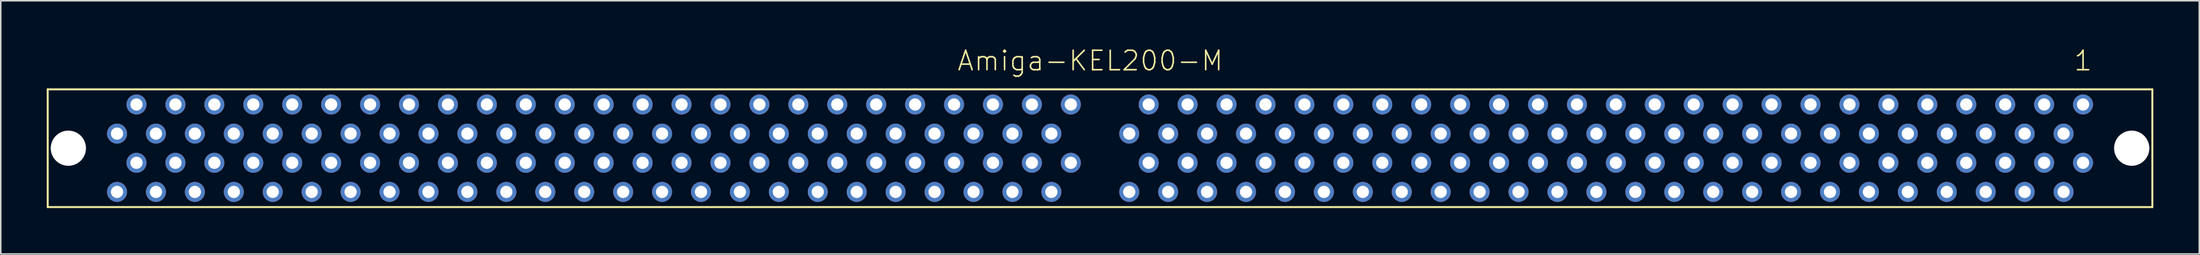
<source format=kicad_pcb>
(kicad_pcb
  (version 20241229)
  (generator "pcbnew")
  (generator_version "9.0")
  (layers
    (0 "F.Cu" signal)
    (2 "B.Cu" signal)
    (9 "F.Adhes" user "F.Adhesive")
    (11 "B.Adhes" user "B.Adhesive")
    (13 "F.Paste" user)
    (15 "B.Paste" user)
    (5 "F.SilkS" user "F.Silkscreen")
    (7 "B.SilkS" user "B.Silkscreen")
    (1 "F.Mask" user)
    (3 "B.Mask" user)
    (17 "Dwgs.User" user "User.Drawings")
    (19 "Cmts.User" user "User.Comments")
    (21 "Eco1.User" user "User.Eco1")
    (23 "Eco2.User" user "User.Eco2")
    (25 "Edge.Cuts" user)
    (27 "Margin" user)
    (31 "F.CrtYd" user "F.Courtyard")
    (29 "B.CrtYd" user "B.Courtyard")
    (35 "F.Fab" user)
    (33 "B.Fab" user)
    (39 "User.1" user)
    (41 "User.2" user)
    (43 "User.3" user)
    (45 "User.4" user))
  (footprint "Amiga-KEL200-M"
    (layer "F.Cu")
    (at 68.72 6.636)
    (property "Reference" "Amiga-KEL200-M" (at -0.635 -5.715 0) (layer "F.SilkS") (effects (font (size 1.27 1.27) (thickness 0.102))))
    (attr exclude_from_pos_files exclude_from_bom)
    (fp_line (start -68.656 -3.848) (end 68.656 -3.848) (stroke (width 0.127) (type solid)) (layer "F.SilkS"))
    (fp_line (start -68.656 3.848) (end -68.656 -3.848) (stroke (width 0.127) (type solid)) (layer "F.SilkS"))
    (fp_line (start 68.656 -3.848) (end 68.656 3.848) (stroke (width 0.127) (type solid)) (layer "F.SilkS"))
    (fp_line (start 68.656 3.848) (end -68.656 3.848) (stroke (width 0.127) (type solid)) (layer "F.SilkS"))
    (fp_text user "1" (at 64.135 -5.715 0) (layer "F.SilkS") (effects (font (size 1.27 1.27) (thickness 0.102))))
    (pad "" np_thru_hole circle (at -67.31 0) (size 2.299 2.299) (drill 2.299) (layers "*.Cu" "*.Mask"))
    (pad "" np_thru_hole circle (at 67.31 0) (size 2.299 2.299) (drill 2.299) (layers "*.Cu" "*.Mask"))
    (pad "P$1" thru_hole circle (at 64.135 -2.857) (size 1.306 1.306) (drill 0.798) (layers "*.Cu" "*.Paste" "*.Mask"))
    (pad "P$2" thru_hole circle (at 64.135 0.953) (size 1.306 1.306) (drill 0.798) (layers "*.Cu" "*.Paste" "*.Mask"))
    (pad "P$3" thru_hole circle (at 62.865 -0.953) (size 1.306 1.306) (drill 0.798) (layers "*.Cu" "*.Paste" "*.Mask"))
    (pad "P$4" thru_hole circle (at 62.865 2.857) (size 1.306 1.306) (drill 0.798) (layers "*.Cu" "*.Paste" "*.Mask"))
    (pad "P$5" thru_hole circle (at 61.595 -2.857) (size 1.306 1.306) (drill 0.798) (layers "*.Cu" "*.Paste" "*.Mask"))
    (pad "P$6" thru_hole circle (at 61.595 0.953) (size 1.306 1.306) (drill 0.798) (layers "*.Cu" "*.Paste" "*.Mask"))
    (pad "P$7" thru_hole circle (at 60.325 -0.953) (size 1.306 1.306) (drill 0.798) (layers "*.Cu" "*.Paste" "*.Mask"))
    (pad "P$8" thru_hole circle (at 60.325 2.857) (size 1.306 1.306) (drill 0.798) (layers "*.Cu" "*.Paste" "*.Mask"))
    (pad "P$9" thru_hole circle (at 59.055 -2.857) (size 1.306 1.306) (drill 0.798) (layers "*.Cu" "*.Paste" "*.Mask"))
    (pad "P$10" thru_hole circle (at 59.055 0.953) (size 1.306 1.306) (drill 0.798) (layers "*.Cu" "*.Paste" "*.Mask"))
    (pad "P$11" thru_hole circle (at 57.785 -0.953) (size 1.306 1.306) (drill 0.798) (layers "*.Cu" "*.Paste" "*.Mask"))
    (pad "P$12" thru_hole circle (at 57.785 2.857) (size 1.306 1.306) (drill 0.798) (layers "*.Cu" "*.Paste" "*.Mask"))
    (pad "P$13" thru_hole circle (at 56.515 -2.857) (size 1.306 1.306) (drill 0.798) (layers "*.Cu" "*.Paste" "*.Mask"))
    (pad "P$14" thru_hole circle (at 56.515 0.953) (size 1.306 1.306) (drill 0.798) (layers "*.Cu" "*.Paste" "*.Mask"))
    (pad "P$15" thru_hole circle (at 55.245 -0.953) (size 1.306 1.306) (drill 0.798) (layers "*.Cu" "*.Paste" "*.Mask"))
    (pad "P$16" thru_hole circle (at 55.245 2.857) (size 1.306 1.306) (drill 0.798) (layers "*.Cu" "*.Paste" "*.Mask"))
    (pad "P$17" thru_hole circle (at 53.975 -2.857) (size 1.306 1.306) (drill 0.798) (layers "*.Cu" "*.Paste" "*.Mask"))
    (pad "P$18" thru_hole circle (at 53.975 0.953) (size 1.306 1.306) (drill 0.798) (layers "*.Cu" "*.Paste" "*.Mask"))
    (pad "P$19" thru_hole circle (at 52.705 -0.953) (size 1.306 1.306) (drill 0.798) (layers "*.Cu" "*.Paste" "*.Mask"))
    (pad "P$20" thru_hole circle (at 52.705 2.857) (size 1.306 1.306) (drill 0.798) (layers "*.Cu" "*.Paste" "*.Mask"))
    (pad "P$21" thru_hole circle (at 51.435 -2.857) (size 1.306 1.306) (drill 0.798) (layers "*.Cu" "*.Paste" "*.Mask"))
    (pad "P$22" thru_hole circle (at 51.435 0.953) (size 1.306 1.306) (drill 0.798) (layers "*.Cu" "*.Paste" "*.Mask"))
    (pad "P$23" thru_hole circle (at 50.165 -0.953) (size 1.306 1.306) (drill 0.798) (layers "*.Cu" "*.Paste" "*.Mask"))
    (pad "P$24" thru_hole circle (at 50.165 2.857) (size 1.306 1.306) (drill 0.798) (layers "*.Cu" "*.Paste" "*.Mask"))
    (pad "P$25" thru_hole circle (at 48.895 -2.857) (size 1.306 1.306) (drill 0.798) (layers "*.Cu" "*.Paste" "*.Mask"))
    (pad "P$26" thru_hole circle (at 48.895 0.953) (size 1.306 1.306) (drill 0.798) (layers "*.Cu" "*.Paste" "*.Mask"))
    (pad "P$27" thru_hole circle (at 47.625 -0.953) (size 1.306 1.306) (drill 0.798) (layers "*.Cu" "*.Paste" "*.Mask"))
    (pad "P$28" thru_hole circle (at 47.625 2.857) (size 1.306 1.306) (drill 0.798) (layers "*.Cu" "*.Paste" "*.Mask"))
    (pad "P$29" thru_hole circle (at 46.355 -2.857) (size 1.306 1.306) (drill 0.798) (layers "*.Cu" "*.Paste" "*.Mask"))
    (pad "P$30" thru_hole circle (at 46.355 0.953) (size 1.306 1.306) (drill 0.798) (layers "*.Cu" "*.Paste" "*.Mask"))
    (pad "P$31" thru_hole circle (at 45.085 -0.953) (size 1.306 1.306) (drill 0.798) (layers "*.Cu" "*.Paste" "*.Mask"))
    (pad "P$32" thru_hole circle (at 45.085 2.857) (size 1.306 1.306) (drill 0.798) (layers "*.Cu" "*.Paste" "*.Mask"))
    (pad "P$33" thru_hole circle (at 43.815 -2.857) (size 1.306 1.306) (drill 0.798) (layers "*.Cu" "*.Paste" "*.Mask"))
    (pad "P$34" thru_hole circle (at 43.815 0.953) (size 1.306 1.306) (drill 0.798) (layers "*.Cu" "*.Paste" "*.Mask"))
    (pad "P$35" thru_hole circle (at 42.545 -0.953) (size 1.306 1.306) (drill 0.798) (layers "*.Cu" "*.Paste" "*.Mask"))
    (pad "P$36" thru_hole circle (at 42.545 2.857) (size 1.306 1.306) (drill 0.798) (layers "*.Cu" "*.Paste" "*.Mask"))
    (pad "P$37" thru_hole circle (at 41.275 -2.857) (size 1.306 1.306) (drill 0.798) (layers "*.Cu" "*.Paste" "*.Mask"))
    (pad "P$38" thru_hole circle (at 41.275 0.953) (size 1.306 1.306) (drill 0.798) (layers "*.Cu" "*.Paste" "*.Mask"))
    (pad "P$39" thru_hole circle (at 40.005 -0.953) (size 1.306 1.306) (drill 0.798) (layers "*.Cu" "*.Paste" "*.Mask"))
    (pad "P$40" thru_hole circle (at 40.005 2.857) (size 1.306 1.306) (drill 0.798) (layers "*.Cu" "*.Paste" "*.Mask"))
    (pad "P$41" thru_hole circle (at 38.735 -2.857) (size 1.306 1.306) (drill 0.798) (layers "*.Cu" "*.Paste" "*.Mask"))
    (pad "P$42" thru_hole circle (at 38.735 0.953) (size 1.306 1.306) (drill 0.798) (layers "*.Cu" "*.Paste" "*.Mask"))
    (pad "P$43" thru_hole circle (at 37.465 -0.953) (size 1.306 1.306) (drill 0.798) (layers "*.Cu" "*.Paste" "*.Mask"))
    (pad "P$44" thru_hole circle (at 37.465 2.857) (size 1.306 1.306) (drill 0.798) (layers "*.Cu" "*.Paste" "*.Mask"))
    (pad "P$45" thru_hole circle (at 36.195 -2.857) (size 1.306 1.306) (drill 0.798) (layers "*.Cu" "*.Paste" "*.Mask"))
    (pad "P$46" thru_hole circle (at 36.195 0.953) (size 1.306 1.306) (drill 0.798) (layers "*.Cu" "*.Paste" "*.Mask"))
    (pad "P$47" thru_hole circle (at 34.925 -0.953) (size 1.306 1.306) (drill 0.798) (layers "*.Cu" "*.Paste" "*.Mask"))
    (pad "P$48" thru_hole circle (at 34.925 2.857) (size 1.306 1.306) (drill 0.798) (layers "*.Cu" "*.Paste" "*.Mask"))
    (pad "P$49" thru_hole circle (at 33.655 -2.857) (size 1.306 1.306) (drill 0.798) (layers "*.Cu" "*.Paste" "*.Mask"))
    (pad "P$50" thru_hole circle (at 33.655 0.953) (size 1.306 1.306) (drill 0.798) (layers "*.Cu" "*.Paste" "*.Mask"))
    (pad "P$51" thru_hole circle (at 32.385 -0.953) (size 1.306 1.306) (drill 0.798) (layers "*.Cu" "*.Paste" "*.Mask"))
    (pad "P$52" thru_hole circle (at 32.385 2.857) (size 1.306 1.306) (drill 0.798) (layers "*.Cu" "*.Paste" "*.Mask"))
    (pad "P$53" thru_hole circle (at 31.115 -2.857) (size 1.306 1.306) (drill 0.798) (layers "*.Cu" "*.Paste" "*.Mask"))
    (pad "P$54" thru_hole circle (at 31.115 0.953) (size 1.306 1.306) (drill 0.798) (layers "*.Cu" "*.Paste" "*.Mask"))
    (pad "P$55" thru_hole circle (at 29.845 -0.953) (size 1.306 1.306) (drill 0.798) (layers "*.Cu" "*.Paste" "*.Mask"))
    (pad "P$56" thru_hole circle (at 29.845 2.857) (size 1.306 1.306) (drill 0.798) (layers "*.Cu" "*.Paste" "*.Mask"))
    (pad "P$57" thru_hole circle (at 28.575 -2.857) (size 1.306 1.306) (drill 0.798) (layers "*.Cu" "*.Paste" "*.Mask"))
    (pad "P$58" thru_hole circle (at 28.575 0.953) (size 1.306 1.306) (drill 0.798) (layers "*.Cu" "*.Paste" "*.Mask"))
    (pad "P$59" thru_hole circle (at 27.305 -0.953) (size 1.306 1.306) (drill 0.798) (layers "*.Cu" "*.Paste" "*.Mask"))
    (pad "P$60" thru_hole circle (at 27.305 2.857) (size 1.306 1.306) (drill 0.798) (layers "*.Cu" "*.Paste" "*.Mask"))
    (pad "P$61" thru_hole circle (at 26.035 -2.857) (size 1.306 1.306) (drill 0.798) (layers "*.Cu" "*.Paste" "*.Mask"))
    (pad "P$62" thru_hole circle (at 26.035 0.953) (size 1.306 1.306) (drill 0.798) (layers "*.Cu" "*.Paste" "*.Mask"))
    (pad "P$63" thru_hole circle (at 24.765 -0.953) (size 1.306 1.306) (drill 0.798) (layers "*.Cu" "*.Paste" "*.Mask"))
    (pad "P$64" thru_hole circle (at 24.765 2.857) (size 1.306 1.306) (drill 0.798) (layers "*.Cu" "*.Paste" "*.Mask"))
    (pad "P$65" thru_hole circle (at 23.495 -2.857) (size 1.306 1.306) (drill 0.798) (layers "*.Cu" "*.Paste" "*.Mask"))
    (pad "P$66" thru_hole circle (at 23.495 0.953) (size 1.306 1.306) (drill 0.798) (layers "*.Cu" "*.Paste" "*.Mask"))
    (pad "P$67" thru_hole circle (at 22.225 -0.953) (size 1.306 1.306) (drill 0.798) (layers "*.Cu" "*.Paste" "*.Mask"))
    (pad "P$68" thru_hole circle (at 22.225 2.857) (size 1.306 1.306) (drill 0.798) (layers "*.Cu" "*.Paste" "*.Mask"))
    (pad "P$69" thru_hole circle (at 20.955 -2.857) (size 1.306 1.306) (drill 0.798) (layers "*.Cu" "*.Paste" "*.Mask"))
    (pad "P$70" thru_hole circle (at 20.955 0.953) (size 1.306 1.306) (drill 0.798) (layers "*.Cu" "*.Paste" "*.Mask"))
    (pad "P$71" thru_hole circle (at 19.685 -0.953) (size 1.306 1.306) (drill 0.798) (layers "*.Cu" "*.Paste" "*.Mask"))
    (pad "P$72" thru_hole circle (at 19.685 2.857) (size 1.306 1.306) (drill 0.798) (layers "*.Cu" "*.Paste" "*.Mask"))
    (pad "P$73" thru_hole circle (at 18.415 -2.857) (size 1.306 1.306) (drill 0.798) (layers "*.Cu" "*.Paste" "*.Mask"))
    (pad "P$74" thru_hole circle (at 18.415 0.953) (size 1.306 1.306) (drill 0.798) (layers "*.Cu" "*.Paste" "*.Mask"))
    (pad "P$75" thru_hole circle (at 17.145 -0.953) (size 1.306 1.306) (drill 0.798) (layers "*.Cu" "*.Paste" "*.Mask"))
    (pad "P$76" thru_hole circle (at 17.145 2.857) (size 1.306 1.306) (drill 0.798) (layers "*.Cu" "*.Paste" "*.Mask"))
    (pad "P$77" thru_hole circle (at 15.875 -2.857) (size 1.306 1.306) (drill 0.798) (layers "*.Cu" "*.Paste" "*.Mask"))
    (pad "P$78" thru_hole circle (at 15.875 0.953) (size 1.306 1.306) (drill 0.798) (layers "*.Cu" "*.Paste" "*.Mask"))
    (pad "P$79" thru_hole circle (at 14.605 -0.953) (size 1.306 1.306) (drill 0.798) (layers "*.Cu" "*.Paste" "*.Mask"))
    (pad "P$80" thru_hole circle (at 14.605 2.857) (size 1.306 1.306) (drill 0.798) (layers "*.Cu" "*.Paste" "*.Mask"))
    (pad "P$81" thru_hole circle (at 13.335 -2.857) (size 1.306 1.306) (drill 0.798) (layers "*.Cu" "*.Paste" "*.Mask"))
    (pad "P$82" thru_hole circle (at 13.335 0.953) (size 1.306 1.306) (drill 0.798) (layers "*.Cu" "*.Paste" "*.Mask"))
    (pad "P$83" thru_hole circle (at 12.065 -0.953) (size 1.306 1.306) (drill 0.798) (layers "*.Cu" "*.Paste" "*.Mask"))
    (pad "P$84" thru_hole circle (at 12.065 2.857) (size 1.306 1.306) (drill 0.798) (layers "*.Cu" "*.Paste" "*.Mask"))
    (pad "P$85" thru_hole circle (at 10.795 -2.857) (size 1.306 1.306) (drill 0.798) (layers "*.Cu" "*.Paste" "*.Mask"))
    (pad "P$86" thru_hole circle (at 10.795 0.953) (size 1.306 1.306) (drill 0.798) (layers "*.Cu" "*.Paste" "*.Mask"))
    (pad "P$87" thru_hole circle (at 9.525 -0.953) (size 1.306 1.306) (drill 0.798) (layers "*.Cu" "*.Paste" "*.Mask"))
    (pad "P$88" thru_hole circle (at 9.525 2.857) (size 1.306 1.306) (drill 0.798) (layers "*.Cu" "*.Paste" "*.Mask"))
    (pad "P$89" thru_hole circle (at 8.255 -2.857) (size 1.306 1.306) (drill 0.798) (layers "*.Cu" "*.Paste" "*.Mask"))
    (pad "P$90" thru_hole circle (at 8.255 0.953) (size 1.306 1.306) (drill 0.798) (layers "*.Cu" "*.Paste" "*.Mask"))
    (pad "P$91" thru_hole circle (at 6.985 -0.953) (size 1.306 1.306) (drill 0.798) (layers "*.Cu" "*.Paste" "*.Mask"))
    (pad "P$92" thru_hole circle (at 6.985 2.857) (size 1.306 1.306) (drill 0.798) (layers "*.Cu" "*.Paste" "*.Mask"))
    (pad "P$93" thru_hole circle (at 5.715 -2.857) (size 1.306 1.306) (drill 0.798) (layers "*.Cu" "*.Paste" "*.Mask"))
    (pad "P$94" thru_hole circle (at 5.715 0.953) (size 1.306 1.306) (drill 0.798) (layers "*.Cu" "*.Paste" "*.Mask"))
    (pad "P$95" thru_hole circle (at 4.445 -0.953) (size 1.306 1.306) (drill 0.798) (layers "*.Cu" "*.Paste" "*.Mask"))
    (pad "P$96" thru_hole circle (at 4.445 2.857) (size 1.306 1.306) (drill 0.798) (layers "*.Cu" "*.Paste" "*.Mask"))
    (pad "P$97" thru_hole circle (at 3.175 -2.857) (size 1.306 1.306) (drill 0.798) (layers "*.Cu" "*.Paste" "*.Mask"))
    (pad "P$98" thru_hole circle (at 3.175 0.953) (size 1.306 1.306) (drill 0.798) (layers "*.Cu" "*.Paste" "*.Mask"))
    (pad "P$99" thru_hole circle (at 1.905 -0.953) (size 1.306 1.306) (drill 0.798) (layers "*.Cu" "*.Paste" "*.Mask"))
    (pad "P$100" thru_hole circle (at 1.905 2.857) (size 1.306 1.306) (drill 0.798) (layers "*.Cu" "*.Paste" "*.Mask"))
    (pad "P$101" thru_hole circle (at -1.905 -2.857) (size 1.306 1.306) (drill 0.798) (layers "*.Cu" "*.Paste" "*.Mask"))
    (pad "P$102" thru_hole circle (at -1.905 0.953) (size 1.306 1.306) (drill 0.798) (layers "*.Cu" "*.Paste" "*.Mask"))
    (pad "P$103" thru_hole circle (at -3.175 -0.953) (size 1.306 1.306) (drill 0.798) (layers "*.Cu" "*.Paste" "*.Mask"))
    (pad "P$104" thru_hole circle (at -3.175 2.857) (size 1.306 1.306) (drill 0.798) (layers "*.Cu" "*.Paste" "*.Mask"))
    (pad "P$105" thru_hole circle (at -4.445 -2.857) (size 1.306 1.306) (drill 0.798) (layers "*.Cu" "*.Paste" "*.Mask"))
    (pad "P$106" thru_hole circle (at -4.445 0.953) (size 1.306 1.306) (drill 0.798) (layers "*.Cu" "*.Paste" "*.Mask"))
    (pad "P$107" thru_hole circle (at -5.715 -0.953) (size 1.306 1.306) (drill 0.798) (layers "*.Cu" "*.Paste" "*.Mask"))
    (pad "P$108" thru_hole circle (at -5.715 2.857) (size 1.306 1.306) (drill 0.798) (layers "*.Cu" "*.Paste" "*.Mask"))
    (pad "P$109" thru_hole circle (at -6.985 -2.857) (size 1.306 1.306) (drill 0.798) (layers "*.Cu" "*.Paste" "*.Mask"))
    (pad "P$110" thru_hole circle (at -6.985 0.953) (size 1.306 1.306) (drill 0.798) (layers "*.Cu" "*.Paste" "*.Mask"))
    (pad "P$111" thru_hole circle (at -8.255 -0.953) (size 1.306 1.306) (drill 0.798) (layers "*.Cu" "*.Paste" "*.Mask"))
    (pad "P$112" thru_hole circle (at -8.255 2.857) (size 1.306 1.306) (drill 0.798) (layers "*.Cu" "*.Paste" "*.Mask"))
    (pad "P$113" thru_hole circle (at -9.525 -2.857) (size 1.306 1.306) (drill 0.798) (layers "*.Cu" "*.Paste" "*.Mask"))
    (pad "P$114" thru_hole circle (at -9.525 0.953) (size 1.306 1.306) (drill 0.798) (layers "*.Cu" "*.Paste" "*.Mask"))
    (pad "P$115" thru_hole circle (at -10.795 -0.953) (size 1.306 1.306) (drill 0.798) (layers "*.Cu" "*.Paste" "*.Mask"))
    (pad "P$116" thru_hole circle (at -10.795 2.857) (size 1.306 1.306) (drill 0.798) (layers "*.Cu" "*.Paste" "*.Mask"))
    (pad "P$117" thru_hole circle (at -12.065 -2.857) (size 1.306 1.306) (drill 0.798) (layers "*.Cu" "*.Paste" "*.Mask"))
    (pad "P$118" thru_hole circle (at -12.065 0.953) (size 1.306 1.306) (drill 0.798) (layers "*.Cu" "*.Paste" "*.Mask"))
    (pad "P$119" thru_hole circle (at -13.335 -0.953) (size 1.306 1.306) (drill 0.798) (layers "*.Cu" "*.Paste" "*.Mask"))
    (pad "P$120" thru_hole circle (at -13.335 2.857) (size 1.306 1.306) (drill 0.798) (layers "*.Cu" "*.Paste" "*.Mask"))
    (pad "P$121" thru_hole circle (at -14.605 -2.857) (size 1.306 1.306) (drill 0.798) (layers "*.Cu" "*.Paste" "*.Mask"))
    (pad "P$122" thru_hole circle (at -14.605 0.953) (size 1.306 1.306) (drill 0.798) (layers "*.Cu" "*.Paste" "*.Mask"))
    (pad "P$123" thru_hole circle (at -15.875 -0.953) (size 1.306 1.306) (drill 0.798) (layers "*.Cu" "*.Paste" "*.Mask"))
    (pad "P$124" thru_hole circle (at -15.875 2.857) (size 1.306 1.306) (drill 0.798) (layers "*.Cu" "*.Paste" "*.Mask"))
    (pad "P$125" thru_hole circle (at -17.145 -2.857) (size 1.306 1.306) (drill 0.798) (layers "*.Cu" "*.Paste" "*.Mask"))
    (pad "P$126" thru_hole circle (at -17.145 0.953) (size 1.306 1.306) (drill 0.798) (layers "*.Cu" "*.Paste" "*.Mask"))
    (pad "P$127" thru_hole circle (at -18.415 -0.953) (size 1.306 1.306) (drill 0.798) (layers "*.Cu" "*.Paste" "*.Mask"))
    (pad "P$128" thru_hole circle (at -18.415 2.857) (size 1.306 1.306) (drill 0.798) (layers "*.Cu" "*.Paste" "*.Mask"))
    (pad "P$129" thru_hole circle (at -19.685 -2.857) (size 1.306 1.306) (drill 0.798) (layers "*.Cu" "*.Paste" "*.Mask"))
    (pad "P$130" thru_hole circle (at -19.685 0.953) (size 1.306 1.306) (drill 0.798) (layers "*.Cu" "*.Paste" "*.Mask"))
    (pad "P$131" thru_hole circle (at -20.955 -0.953) (size 1.306 1.306) (drill 0.798) (layers "*.Cu" "*.Paste" "*.Mask"))
    (pad "P$132" thru_hole circle (at -20.955 2.857) (size 1.306 1.306) (drill 0.798) (layers "*.Cu" "*.Paste" "*.Mask"))
    (pad "P$133" thru_hole circle (at -22.225 -2.857) (size 1.306 1.306) (drill 0.798) (layers "*.Cu" "*.Paste" "*.Mask"))
    (pad "P$134" thru_hole circle (at -22.225 0.953) (size 1.306 1.306) (drill 0.798) (layers "*.Cu" "*.Paste" "*.Mask"))
    (pad "P$135" thru_hole circle (at -23.495 -0.953) (size 1.306 1.306) (drill 0.798) (layers "*.Cu" "*.Paste" "*.Mask"))
    (pad "P$136" thru_hole circle (at -23.495 2.857) (size 1.306 1.306) (drill 0.798) (layers "*.Cu" "*.Paste" "*.Mask"))
    (pad "P$137" thru_hole circle (at -24.765 -2.857) (size 1.306 1.306) (drill 0.798) (layers "*.Cu" "*.Paste" "*.Mask"))
    (pad "P$138" thru_hole circle (at -24.765 0.953) (size 1.306 1.306) (drill 0.798) (layers "*.Cu" "*.Paste" "*.Mask"))
    (pad "P$139" thru_hole circle (at -26.035 -0.953) (size 1.306 1.306) (drill 0.798) (layers "*.Cu" "*.Paste" "*.Mask"))
    (pad "P$140" thru_hole circle (at -26.035 2.857) (size 1.306 1.306) (drill 0.798) (layers "*.Cu" "*.Paste" "*.Mask"))
    (pad "P$141" thru_hole circle (at -27.305 -2.857) (size 1.306 1.306) (drill 0.798) (layers "*.Cu" "*.Paste" "*.Mask"))
    (pad "P$142" thru_hole circle (at -27.305 0.953) (size 1.306 1.306) (drill 0.798) (layers "*.Cu" "*.Paste" "*.Mask"))
    (pad "P$143" thru_hole circle (at -28.575 -0.953) (size 1.306 1.306) (drill 0.798) (layers "*.Cu" "*.Paste" "*.Mask"))
    (pad "P$144" thru_hole circle (at -28.575 2.857) (size 1.306 1.306) (drill 0.798) (layers "*.Cu" "*.Paste" "*.Mask"))
    (pad "P$145" thru_hole circle (at -29.845 -2.857) (size 1.306 1.306) (drill 0.798) (layers "*.Cu" "*.Paste" "*.Mask"))
    (pad "P$146" thru_hole circle (at -29.845 0.953) (size 1.306 1.306) (drill 0.798) (layers "*.Cu" "*.Paste" "*.Mask"))
    (pad "P$147" thru_hole circle (at -31.115 -0.953) (size 1.306 1.306) (drill 0.798) (layers "*.Cu" "*.Paste" "*.Mask"))
    (pad "P$148" thru_hole circle (at -31.115 2.857) (size 1.306 1.306) (drill 0.798) (layers "*.Cu" "*.Paste" "*.Mask"))
    (pad "P$149" thru_hole circle (at -32.385 -2.857) (size 1.306 1.306) (drill 0.798) (layers "*.Cu" "*.Paste" "*.Mask"))
    (pad "P$150" thru_hole circle (at -32.385 0.953) (size 1.306 1.306) (drill 0.798) (layers "*.Cu" "*.Paste" "*.Mask"))
    (pad "P$151" thru_hole circle (at -33.655 -0.953) (size 1.306 1.306) (drill 0.798) (layers "*.Cu" "*.Paste" "*.Mask"))
    (pad "P$152" thru_hole circle (at -33.655 2.857) (size 1.306 1.306) (drill 0.798) (layers "*.Cu" "*.Paste" "*.Mask"))
    (pad "P$153" thru_hole circle (at -34.925 -2.857) (size 1.306 1.306) (drill 0.798) (layers "*.Cu" "*.Paste" "*.Mask"))
    (pad "P$154" thru_hole circle (at -34.925 0.953) (size 1.306 1.306) (drill 0.798) (layers "*.Cu" "*.Paste" "*.Mask"))
    (pad "P$155" thru_hole circle (at -36.195 -0.953) (size 1.306 1.306) (drill 0.798) (layers "*.Cu" "*.Paste" "*.Mask"))
    (pad "P$156" thru_hole circle (at -36.195 2.857) (size 1.306 1.306) (drill 0.798) (layers "*.Cu" "*.Paste" "*.Mask"))
    (pad "P$157" thru_hole circle (at -37.465 -2.857) (size 1.306 1.306) (drill 0.798) (layers "*.Cu" "*.Paste" "*.Mask"))
    (pad "P$158" thru_hole circle (at -37.465 0.953) (size 1.306 1.306) (drill 0.798) (layers "*.Cu" "*.Paste" "*.Mask"))
    (pad "P$159" thru_hole circle (at -38.735 -0.953) (size 1.306 1.306) (drill 0.798) (layers "*.Cu" "*.Paste" "*.Mask"))
    (pad "P$160" thru_hole circle (at -38.735 2.857) (size 1.306 1.306) (drill 0.798) (layers "*.Cu" "*.Paste" "*.Mask"))
    (pad "P$161" thru_hole circle (at -40.005 -2.857) (size 1.306 1.306) (drill 0.798) (layers "*.Cu" "*.Paste" "*.Mask"))
    (pad "P$162" thru_hole circle (at -40.005 0.953) (size 1.306 1.306) (drill 0.798) (layers "*.Cu" "*.Paste" "*.Mask"))
    (pad "P$163" thru_hole circle (at -41.275 -0.953) (size 1.306 1.306) (drill 0.798) (layers "*.Cu" "*.Paste" "*.Mask"))
    (pad "P$164" thru_hole circle (at -41.275 2.857) (size 1.306 1.306) (drill 0.798) (layers "*.Cu" "*.Paste" "*.Mask"))
    (pad "P$165" thru_hole circle (at -42.545 -2.857) (size 1.306 1.306) (drill 0.798) (layers "*.Cu" "*.Paste" "*.Mask"))
    (pad "P$166" thru_hole circle (at -42.545 0.953) (size 1.306 1.306) (drill 0.798) (layers "*.Cu" "*.Paste" "*.Mask"))
    (pad "P$167" thru_hole circle (at -43.815 -0.953) (size 1.306 1.306) (drill 0.798) (layers "*.Cu" "*.Paste" "*.Mask"))
    (pad "P$168" thru_hole circle (at -43.815 2.857) (size 1.306 1.306) (drill 0.798) (layers "*.Cu" "*.Paste" "*.Mask"))
    (pad "P$169" thru_hole circle (at -45.085 -2.857) (size 1.306 1.306) (drill 0.798) (layers "*.Cu" "*.Paste" "*.Mask"))
    (pad "P$170" thru_hole circle (at -45.085 0.953) (size 1.306 1.306) (drill 0.798) (layers "*.Cu" "*.Paste" "*.Mask"))
    (pad "P$171" thru_hole circle (at -46.355 -0.953) (size 1.306 1.306) (drill 0.798) (layers "*.Cu" "*.Paste" "*.Mask"))
    (pad "P$172" thru_hole circle (at -46.355 2.857) (size 1.306 1.306) (drill 0.798) (layers "*.Cu" "*.Paste" "*.Mask"))
    (pad "P$173" thru_hole circle (at -47.625 -2.857) (size 1.306 1.306) (drill 0.798) (layers "*.Cu" "*.Paste" "*.Mask"))
    (pad "P$174" thru_hole circle (at -47.625 0.953) (size 1.306 1.306) (drill 0.798) (layers "*.Cu" "*.Paste" "*.Mask"))
    (pad "P$175" thru_hole circle (at -48.895 -0.953) (size 1.306 1.306) (drill 0.798) (layers "*.Cu" "*.Paste" "*.Mask"))
    (pad "P$176" thru_hole circle (at -48.895 2.857) (size 1.306 1.306) (drill 0.798) (layers "*.Cu" "*.Paste" "*.Mask"))
    (pad "P$177" thru_hole circle (at -50.165 -2.857) (size 1.306 1.306) (drill 0.798) (layers "*.Cu" "*.Paste" "*.Mask"))
    (pad "P$178" thru_hole circle (at -50.165 0.953) (size 1.306 1.306) (drill 0.798) (layers "*.Cu" "*.Paste" "*.Mask"))
    (pad "P$179" thru_hole circle (at -51.435 -0.953) (size 1.306 1.306) (drill 0.798) (layers "*.Cu" "*.Paste" "*.Mask"))
    (pad "P$180" thru_hole circle (at -51.435 2.857) (size 1.306 1.306) (drill 0.798) (layers "*.Cu" "*.Paste" "*.Mask"))
    (pad "P$181" thru_hole circle (at -52.705 -2.857) (size 1.306 1.306) (drill 0.798) (layers "*.Cu" "*.Paste" "*.Mask"))
    (pad "P$182" thru_hole circle (at -52.705 0.953) (size 1.306 1.306) (drill 0.798) (layers "*.Cu" "*.Paste" "*.Mask"))
    (pad "P$183" thru_hole circle (at -53.975 -0.953) (size 1.306 1.306) (drill 0.798) (layers "*.Cu" "*.Paste" "*.Mask"))
    (pad "P$184" thru_hole circle (at -53.975 2.857) (size 1.306 1.306) (drill 0.798) (layers "*.Cu" "*.Paste" "*.Mask"))
    (pad "P$185" thru_hole circle (at -55.245 -2.857) (size 1.306 1.306) (drill 0.798) (layers "*.Cu" "*.Paste" "*.Mask"))
    (pad "P$186" thru_hole circle (at -55.245 0.953) (size 1.306 1.306) (drill 0.798) (layers "*.Cu" "*.Paste" "*.Mask"))
    (pad "P$187" thru_hole circle (at -56.515 -0.953) (size 1.306 1.306) (drill 0.798) (layers "*.Cu" "*.Paste" "*.Mask"))
    (pad "P$188" thru_hole circle (at -56.515 2.857) (size 1.306 1.306) (drill 0.798) (layers "*.Cu" "*.Paste" "*.Mask"))
    (pad "P$189" thru_hole circle (at -57.785 -2.857) (size 1.306 1.306) (drill 0.798) (layers "*.Cu" "*.Paste" "*.Mask"))
    (pad "P$190" thru_hole circle (at -57.785 0.953) (size 1.306 1.306) (drill 0.798) (layers "*.Cu" "*.Paste" "*.Mask"))
    (pad "P$191" thru_hole circle (at -59.055 -0.953) (size 1.306 1.306) (drill 0.798) (layers "*.Cu" "*.Paste" "*.Mask"))
    (pad "P$192" thru_hole circle (at -59.055 2.857) (size 1.306 1.306) (drill 0.798) (layers "*.Cu" "*.Paste" "*.Mask"))
    (pad "P$193" thru_hole circle (at -60.325 -2.857) (size 1.306 1.306) (drill 0.798) (layers "*.Cu" "*.Paste" "*.Mask"))
    (pad "P$194" thru_hole circle (at -60.325 0.953) (size 1.306 1.306) (drill 0.798) (layers "*.Cu" "*.Paste" "*.Mask"))
    (pad "P$195" thru_hole circle (at -61.595 -0.953) (size 1.306 1.306) (drill 0.798) (layers "*.Cu" "*.Paste" "*.Mask"))
    (pad "P$196" thru_hole circle (at -61.595 2.857) (size 1.306 1.306) (drill 0.798) (layers "*.Cu" "*.Paste" "*.Mask"))
    (pad "P$197" thru_hole circle (at -62.865 -2.857) (size 1.306 1.306) (drill 0.798) (layers "*.Cu" "*.Paste" "*.Mask"))
    (pad "P$198" thru_hole circle (at -62.865 0.953) (size 1.306 1.306) (drill 0.798) (layers "*.Cu" "*.Paste" "*.Mask"))
    (pad "P$199" thru_hole circle (at -64.135 -0.953) (size 1.306 1.306) (drill 0.798) (layers "*.Cu" "*.Paste" "*.Mask"))
    (pad "P$200" thru_hole circle (at -64.135 2.857) (size 1.306 1.306) (drill 0.798) (layers "*.Cu" "*.Paste" "*.Mask")))
  (gr_rect
    (start -3 -3)
    (end 140.439 13.548)
    (stroke (width 0.1) (type default))
    (fill no)
    (layer "Edge.Cuts")))
</source>
